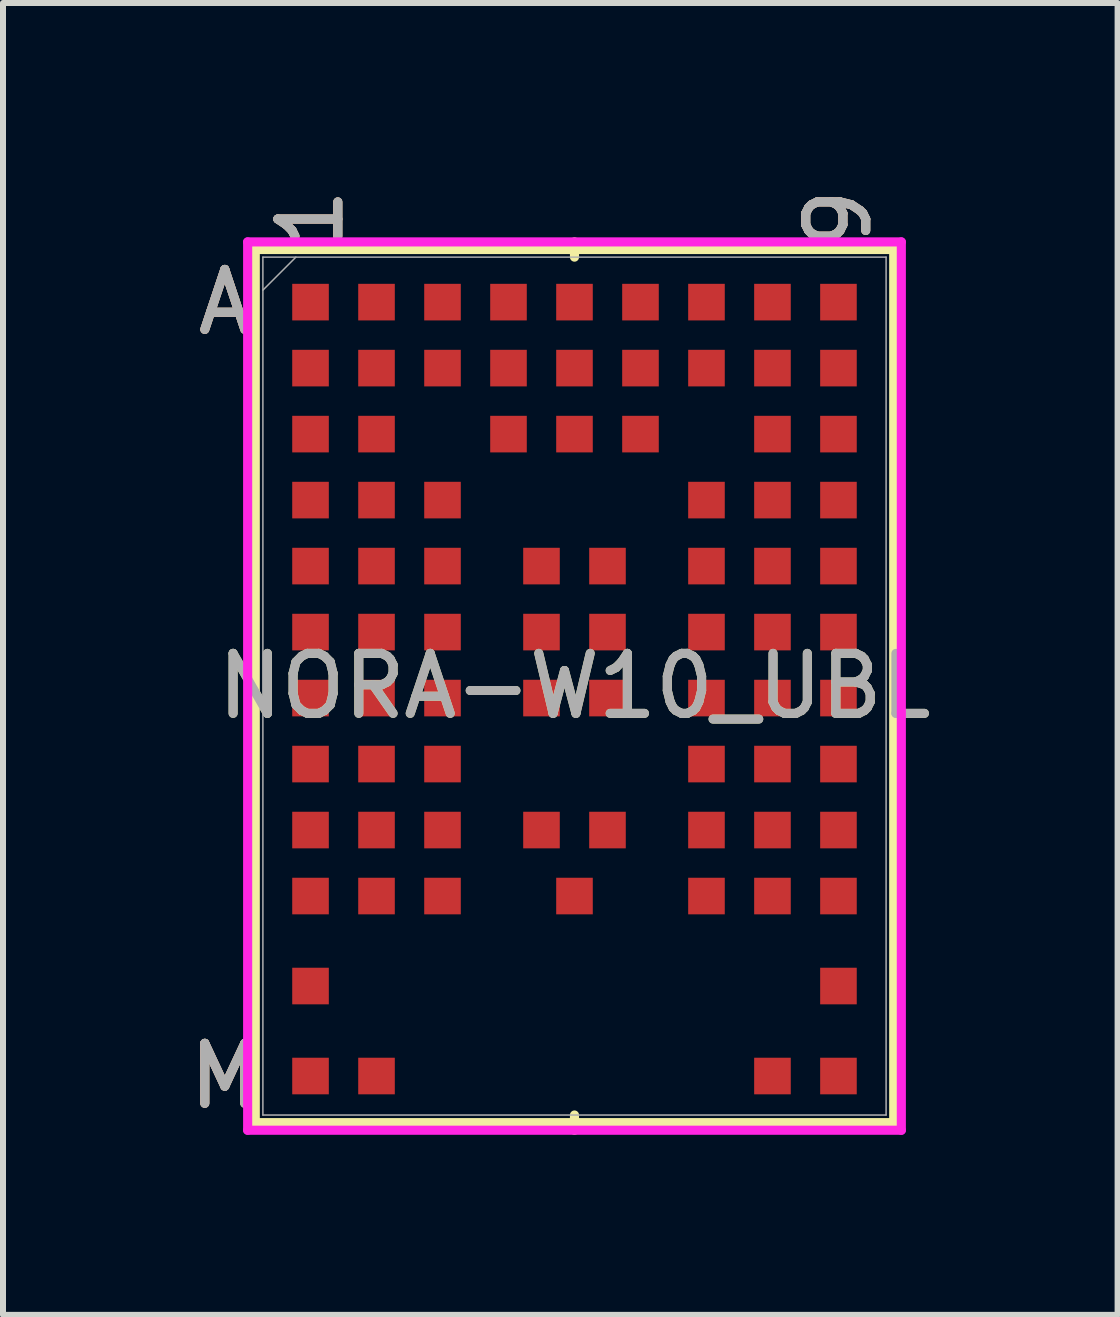
<source format=kicad_pcb>
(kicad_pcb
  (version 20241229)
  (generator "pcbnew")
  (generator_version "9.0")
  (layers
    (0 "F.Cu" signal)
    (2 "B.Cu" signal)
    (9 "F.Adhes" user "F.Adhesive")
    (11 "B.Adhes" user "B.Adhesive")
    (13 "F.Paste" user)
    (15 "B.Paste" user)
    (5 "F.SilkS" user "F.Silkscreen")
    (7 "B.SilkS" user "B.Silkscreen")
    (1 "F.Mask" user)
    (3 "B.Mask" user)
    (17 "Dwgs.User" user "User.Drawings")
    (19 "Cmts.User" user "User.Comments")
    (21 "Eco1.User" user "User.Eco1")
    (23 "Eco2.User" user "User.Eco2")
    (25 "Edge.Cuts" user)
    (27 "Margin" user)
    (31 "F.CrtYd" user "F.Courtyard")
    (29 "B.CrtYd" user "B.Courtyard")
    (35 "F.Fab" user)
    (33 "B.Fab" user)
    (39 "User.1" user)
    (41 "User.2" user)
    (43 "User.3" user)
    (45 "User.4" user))
  (footprint "NORA-W10_UBL"
    (layer "F.Cu")
    (at 6.526 8.386)
    (property "Reference" "NORA-W10_UBL" (at 0 0 0) (unlocked yes) (layer "F.SilkS") (effects (font (size 1 1) (thickness 0.15))))
    (attr smd)
    (fp_line (start -5.321 -7.277) (end -5.321 7.277) (stroke (width 0.152) (type solid)) (layer "F.SilkS"))
    (fp_line (start -5.321 7.277) (end 5.321 7.277) (stroke (width 0.152) (type solid)) (layer "F.SilkS"))
    (fp_line (start 0 -7.15) (end 0 -7.404) (stroke (width 0.152) (type solid)) (layer "F.SilkS"))
    (fp_line (start 0 7.15) (end 0 7.404) (stroke (width 0.152) (type solid)) (layer "F.SilkS"))
    (fp_line (start 5.321 -7.277) (end -5.321 -7.277) (stroke (width 0.152) (type solid)) (layer "F.SilkS"))
    (fp_line (start 5.321 7.277) (end 5.321 -7.277) (stroke (width 0.152) (type solid)) (layer "F.SilkS"))
    (fp_poly (pts (xy -5.458 -2.158) (xy 5.458 -2.158) (xy 5.458 2.158) (xy -5.458 2.158)) (stroke (width 0.1) (type solid)) (fill no) (layer "Eco2.User"))
    (fp_poly (pts (xy -4.095 3.805) (xy -4.095 6.195) (xy -2.995 6.195) (xy -2.995 7) (xy -5.194 7) (xy -5.194 7.15) (xy 5.194 7.15) (xy 5.194 7) (xy 2.995 7) (xy 2.995 6.195) (xy 4.095 6.195) (xy 4.095 3.805)) (stroke (width 0.1) (type solid)) (fill no) (layer "Eco2.User"))
    (fp_line (start -5.448 -7.404) (end 5.448 -7.404) (stroke (width 0.152) (type solid)) (layer "F.CrtYd"))
    (fp_line (start -5.448 7.404) (end -5.448 -7.404) (stroke (width 0.152) (type solid)) (layer "F.CrtYd"))
    (fp_line (start 5.448 -7.404) (end 5.448 7.404) (stroke (width 0.152) (type solid)) (layer "F.CrtYd"))
    (fp_line (start 5.448 7.404) (end -5.448 7.404) (stroke (width 0.152) (type solid)) (layer "F.CrtYd"))
    (fp_line (start -5.194 -7.15) (end -5.194 7.15) (stroke (width 0.025) (type solid)) (layer "F.Fab"))
    (fp_line (start -5.194 7.15) (end 5.194 7.15) (stroke (width 0.025) (type solid)) (layer "F.Fab"))
    (fp_line (start -4.644 -7.15) (end -5.194 -6.6) (stroke (width 0.025) (type solid)) (layer "F.Fab"))
    (fp_line (start 5.194 -7.15) (end -5.194 -7.15) (stroke (width 0.025) (type solid)) (layer "F.Fab"))
    (fp_line (start 5.194 7.15) (end 5.194 -7.15) (stroke (width 0.025) (type solid)) (layer "F.Fab"))
    (fp_text user "1" (at -4.4 -7.785 90) (unlocked yes) (layer "F.SilkS") (effects (font (size 1 1) (thickness 0.15))))
    (fp_text user "M" (at -5.829 6.5 0) (unlocked yes) (layer "F.SilkS") (effects (font (size 1 1) (thickness 0.15))))
    (fp_text user "9" (at 4.4 -7.785 90) (unlocked yes) (layer "F.SilkS") (effects (font (size 1 1) (thickness 0.15))))
    (fp_text user "A" (at -5.829 -6.4 0) (unlocked yes) (layer "F.SilkS") (effects (font (size 1 1) (thickness 0.15))))
    (fp_text user "M" (at -5.829 6.5 0) (unlocked yes) (layer "B.SilkS") (effects (font (size 1 1) (thickness 0.15))))
    (fp_text user "A" (at -5.829 -6.4 0) (unlocked yes) (layer "B.SilkS") (effects (font (size 1 1) (thickness 0.15))))
    (fp_text user "1" (at -4.4 -7.785 90) (unlocked yes) (layer "B.SilkS") (effects (font (size 1 1) (thickness 0.15))))
    (fp_text user "9" (at 4.4 -7.785 90) (unlocked yes) (layer "B.SilkS") (effects (font (size 1 1) (thickness 0.15))))
    (fp_text user "${REFERENCE}" (at 0 0 0) (unlocked yes) (layer "F.Fab") (effects (font (size 1 1) (thickness 0.15))))
    (fp_text user "M" (at -5.829 6.5 0) (unlocked yes) (layer "F.Fab") (effects (font (size 1 1) (thickness 0.15))))
    (fp_text user "A" (at -5.829 -6.4 0) (unlocked yes) (layer "F.Fab") (effects (font (size 1 1) (thickness 0.15))))
    (fp_text user "1" (at -4.4 -7.785 90) (unlocked yes) (layer "F.Fab") (effects (font (size 1 1) (thickness 0.15))))
    (fp_text user "9" (at 4.4 -7.785 90) (unlocked yes) (layer "F.Fab") (effects (font (size 1 1) (thickness 0.15))))
    (pad "A1" smd rect (at -4.4 -6.4) (size 0.61 0.61) (layers "F.Cu" "F.Mask" "F.Paste"))
    (pad "A2" smd rect (at -3.3 -6.4) (size 0.61 0.61) (layers "F.Cu" "F.Mask" "F.Paste"))
    (pad "A3" smd rect (at -2.2 -6.4) (size 0.61 0.61) (layers "F.Cu" "F.Mask" "F.Paste"))
    (pad "A4" smd rect (at -1.1 -6.4) (size 0.61 0.61) (layers "F.Cu" "F.Mask" "F.Paste"))
    (pad "A5" smd rect (at 0 -6.4) (size 0.61 0.61) (layers "F.Cu" "F.Mask" "F.Paste"))
    (pad "A6" smd rect (at 1.1 -6.4) (size 0.61 0.61) (layers "F.Cu" "F.Mask" "F.Paste"))
    (pad "A7" smd rect (at 2.2 -6.4) (size 0.61 0.61) (layers "F.Cu" "F.Mask" "F.Paste"))
    (pad "A8" smd rect (at 3.3 -6.4) (size 0.61 0.61) (layers "F.Cu" "F.Mask" "F.Paste"))
    (pad "A9" smd rect (at 4.4 -6.4) (size 0.61 0.61) (layers "F.Cu" "F.Mask" "F.Paste"))
    (pad "B1" smd rect (at -4.4 -5.3) (size 0.61 0.61) (layers "F.Cu" "F.Mask" "F.Paste"))
    (pad "B2" smd rect (at -3.3 -5.3) (size 0.61 0.61) (layers "F.Cu" "F.Mask" "F.Paste"))
    (pad "B3" smd rect (at -2.2 -5.3) (size 0.61 0.61) (layers "F.Cu" "F.Mask" "F.Paste"))
    (pad "B4" smd rect (at -1.1 -5.3) (size 0.61 0.61) (layers "F.Cu" "F.Mask" "F.Paste"))
    (pad "B5" smd rect (at 0 -5.3) (size 0.61 0.61) (layers "F.Cu" "F.Mask" "F.Paste"))
    (pad "B6" smd rect (at 1.1 -5.3) (size 0.61 0.61) (layers "F.Cu" "F.Mask" "F.Paste"))
    (pad "B7" smd rect (at 2.2 -5.3) (size 0.61 0.61) (layers "F.Cu" "F.Mask" "F.Paste"))
    (pad "B8" smd rect (at 3.3 -5.3) (size 0.61 0.61) (layers "F.Cu" "F.Mask" "F.Paste"))
    (pad "B9" smd rect (at 4.4 -5.3) (size 0.61 0.61) (layers "F.Cu" "F.Mask" "F.Paste"))
    (pad "C1" smd rect (at -4.4 -4.2) (size 0.61 0.61) (layers "F.Cu" "F.Mask" "F.Paste"))
    (pad "C2" smd rect (at -3.3 -4.2) (size 0.61 0.61) (layers "F.Cu" "F.Mask" "F.Paste"))
    (pad "C4" smd rect (at -1.1 -4.2) (size 0.61 0.61) (layers "F.Cu" "F.Mask" "F.Paste"))
    (pad "C5" smd rect (at 0 -4.2) (size 0.61 0.61) (layers "F.Cu" "F.Mask" "F.Paste"))
    (pad "C6" smd rect (at 1.1 -4.2) (size 0.61 0.61) (layers "F.Cu" "F.Mask" "F.Paste"))
    (pad "C8" smd rect (at 3.3 -4.2) (size 0.61 0.61) (layers "F.Cu" "F.Mask" "F.Paste"))
    (pad "C9" smd rect (at 4.4 -4.2) (size 0.61 0.61) (layers "F.Cu" "F.Mask" "F.Paste"))
    (pad "D1" smd rect (at -4.4 -3.1) (size 0.61 0.61) (layers "F.Cu" "F.Mask" "F.Paste"))
    (pad "D2" smd rect (at -3.3 -3.1) (size 0.61 0.61) (layers "F.Cu" "F.Mask" "F.Paste"))
    (pad "D3" smd rect (at -2.2 -3.1) (size 0.61 0.61) (layers "F.Cu" "F.Mask" "F.Paste"))
    (pad "D7" smd rect (at 2.2 -3.1) (size 0.61 0.61) (layers "F.Cu" "F.Mask" "F.Paste"))
    (pad "D8" smd rect (at 3.3 -3.1) (size 0.61 0.61) (layers "F.Cu" "F.Mask" "F.Paste"))
    (pad "D9" smd rect (at 4.4 -3.1) (size 0.61 0.61) (layers "F.Cu" "F.Mask" "F.Paste"))
    (pad "E1" smd rect (at -4.4 -2) (size 0.61 0.61) (layers "F.Cu" "F.Mask" "F.Paste"))
    (pad "E2" smd rect (at -3.3 -2) (size 0.61 0.61) (layers "F.Cu" "F.Mask" "F.Paste"))
    (pad "E3" smd rect (at -2.2 -2) (size 0.61 0.61) (layers "F.Cu" "F.Mask" "F.Paste"))
    (pad "E4" smd rect (at -0.55 -2) (size 0.61 0.61) (layers "F.Cu" "F.Mask" "F.Paste"))
    (pad "E5" smd rect (at 0.55 -2) (size 0.61 0.61) (layers "F.Cu" "F.Mask" "F.Paste"))
    (pad "E7" smd rect (at 2.2 -2) (size 0.61 0.61) (layers "F.Cu" "F.Mask" "F.Paste"))
    (pad "E8" smd rect (at 3.3 -2) (size 0.61 0.61) (layers "F.Cu" "F.Mask" "F.Paste"))
    (pad "E9" smd rect (at 4.4 -2) (size 0.61 0.61) (layers "F.Cu" "F.Mask" "F.Paste"))
    (pad "F1" smd rect (at -4.4 -0.9) (size 0.61 0.61) (layers "F.Cu" "F.Mask" "F.Paste"))
    (pad "F2" smd rect (at -3.3 -0.9) (size 0.61 0.61) (layers "F.Cu" "F.Mask" "F.Paste"))
    (pad "F3" smd rect (at -2.2 -0.9) (size 0.61 0.61) (layers "F.Cu" "F.Mask" "F.Paste"))
    (pad "F4" smd rect (at -0.55 -0.9) (size 0.61 0.61) (layers "F.Cu" "F.Mask" "F.Paste"))
    (pad "F5" smd rect (at 0.55 -0.9) (size 0.61 0.61) (layers "F.Cu" "F.Mask" "F.Paste"))
    (pad "F7" smd rect (at 2.2 -0.9) (size 0.61 0.61) (layers "F.Cu" "F.Mask" "F.Paste"))
    (pad "F8" smd rect (at 3.3 -0.9) (size 0.61 0.61) (layers "F.Cu" "F.Mask" "F.Paste"))
    (pad "F9" smd rect (at 4.4 -0.9) (size 0.61 0.61) (layers "F.Cu" "F.Mask" "F.Paste"))
    (pad "G1" smd rect (at -4.4 0.2) (size 0.61 0.61) (layers "F.Cu" "F.Mask" "F.Paste"))
    (pad "G2" smd rect (at -3.3 0.2) (size 0.61 0.61) (layers "F.Cu" "F.Mask" "F.Paste"))
    (pad "G3" smd rect (at -2.2 0.2) (size 0.61 0.61) (layers "F.Cu" "F.Mask" "F.Paste"))
    (pad "G4" smd rect (at -0.55 0.2) (size 0.61 0.61) (layers "F.Cu" "F.Mask" "F.Paste"))
    (pad "G5" smd rect (at 0.55 0.2) (size 0.61 0.61) (layers "F.Cu" "F.Mask" "F.Paste"))
    (pad "G7" smd rect (at 2.2 0.2) (size 0.61 0.61) (layers "F.Cu" "F.Mask" "F.Paste"))
    (pad "G8" smd rect (at 3.3 0.2) (size 0.61 0.61) (layers "F.Cu" "F.Mask" "F.Paste"))
    (pad "G9" smd rect (at 4.4 0.2) (size 0.61 0.61) (layers "F.Cu" "F.Mask" "F.Paste"))
    (pad "H1" smd rect (at -4.4 1.3) (size 0.61 0.61) (layers "F.Cu" "F.Mask" "F.Paste"))
    (pad "H2" smd rect (at -3.3 1.3) (size 0.61 0.61) (layers "F.Cu" "F.Mask" "F.Paste"))
    (pad "H3" smd rect (at -2.2 1.3) (size 0.61 0.61) (layers "F.Cu" "F.Mask" "F.Paste"))
    (pad "H7" smd rect (at 2.2 1.3) (size 0.61 0.61) (layers "F.Cu" "F.Mask" "F.Paste"))
    (pad "H8" smd rect (at 3.3 1.3) (size 0.61 0.61) (layers "F.Cu" "F.Mask" "F.Paste"))
    (pad "H9" smd rect (at 4.4 1.3) (size 0.61 0.61) (layers "F.Cu" "F.Mask" "F.Paste"))
    (pad "J1" smd rect (at -4.4 2.4) (size 0.61 0.61) (layers "F.Cu" "F.Mask" "F.Paste"))
    (pad "J2" smd rect (at -3.3 2.4) (size 0.61 0.61) (layers "F.Cu" "F.Mask" "F.Paste"))
    (pad "J3" smd rect (at -2.2 2.4) (size 0.61 0.61) (layers "F.Cu" "F.Mask" "F.Paste"))
    (pad "J4" smd rect (at -0.55 2.4) (size 0.61 0.61) (layers "F.Cu" "F.Mask" "F.Paste"))
    (pad "J5" smd rect (at 0.55 2.4) (size 0.61 0.61) (layers "F.Cu" "F.Mask" "F.Paste"))
    (pad "J7" smd rect (at 2.2 2.4) (size 0.61 0.61) (layers "F.Cu" "F.Mask" "F.Paste"))
    (pad "J8" smd rect (at 3.3 2.4) (size 0.61 0.61) (layers "F.Cu" "F.Mask" "F.Paste"))
    (pad "J9" smd rect (at 4.4 2.4) (size 0.61 0.61) (layers "F.Cu" "F.Mask" "F.Paste"))
    (pad "K1" smd rect (at -4.4 3.5) (size 0.61 0.61) (layers "F.Cu" "F.Mask" "F.Paste"))
    (pad "K2" smd rect (at -3.3 3.5) (size 0.61 0.61) (layers "F.Cu" "F.Mask" "F.Paste"))
    (pad "K3" smd rect (at -2.2 3.5) (size 0.61 0.61) (layers "F.Cu" "F.Mask" "F.Paste"))
    (pad "K5" smd rect (at 0 3.5) (size 0.61 0.61) (layers "F.Cu" "F.Mask" "F.Paste"))
    (pad "K7" smd rect (at 2.2 3.5) (size 0.61 0.61) (layers "F.Cu" "F.Mask" "F.Paste"))
    (pad "K8" smd rect (at 3.3 3.5) (size 0.61 0.61) (layers "F.Cu" "F.Mask" "F.Paste"))
    (pad "K9" smd rect (at 4.4 3.5) (size 0.61 0.61) (layers "F.Cu" "F.Mask" "F.Paste"))
    (pad "L1" smd rect (at -4.4 5) (size 0.61 0.61) (layers "F.Cu" "F.Mask" "F.Paste"))
    (pad "L9" smd rect (at 4.4 5) (size 0.61 0.61) (layers "F.Cu" "F.Mask" "F.Paste"))
    (pad "M1" smd rect (at -4.4 6.5) (size 0.61 0.61) (layers "F.Cu" "F.Mask" "F.Paste"))
    (pad "M2" smd rect (at -3.3 6.5) (size 0.61 0.61) (layers "F.Cu" "F.Mask" "F.Paste"))
    (pad "M8" smd rect (at 3.3 6.5) (size 0.61 0.61) (layers "F.Cu" "F.Mask" "F.Paste"))
    (pad "M9" smd rect (at 4.4 6.5) (size 0.61 0.61) (layers "F.Cu" "F.Mask" "F.Paste")))
  (gr_rect
    (start -3 -3)
    (end 15.579 18.867)
    (stroke (width 0.1) (type default))
    (fill no)
    (layer "Edge.Cuts")))
</source>
